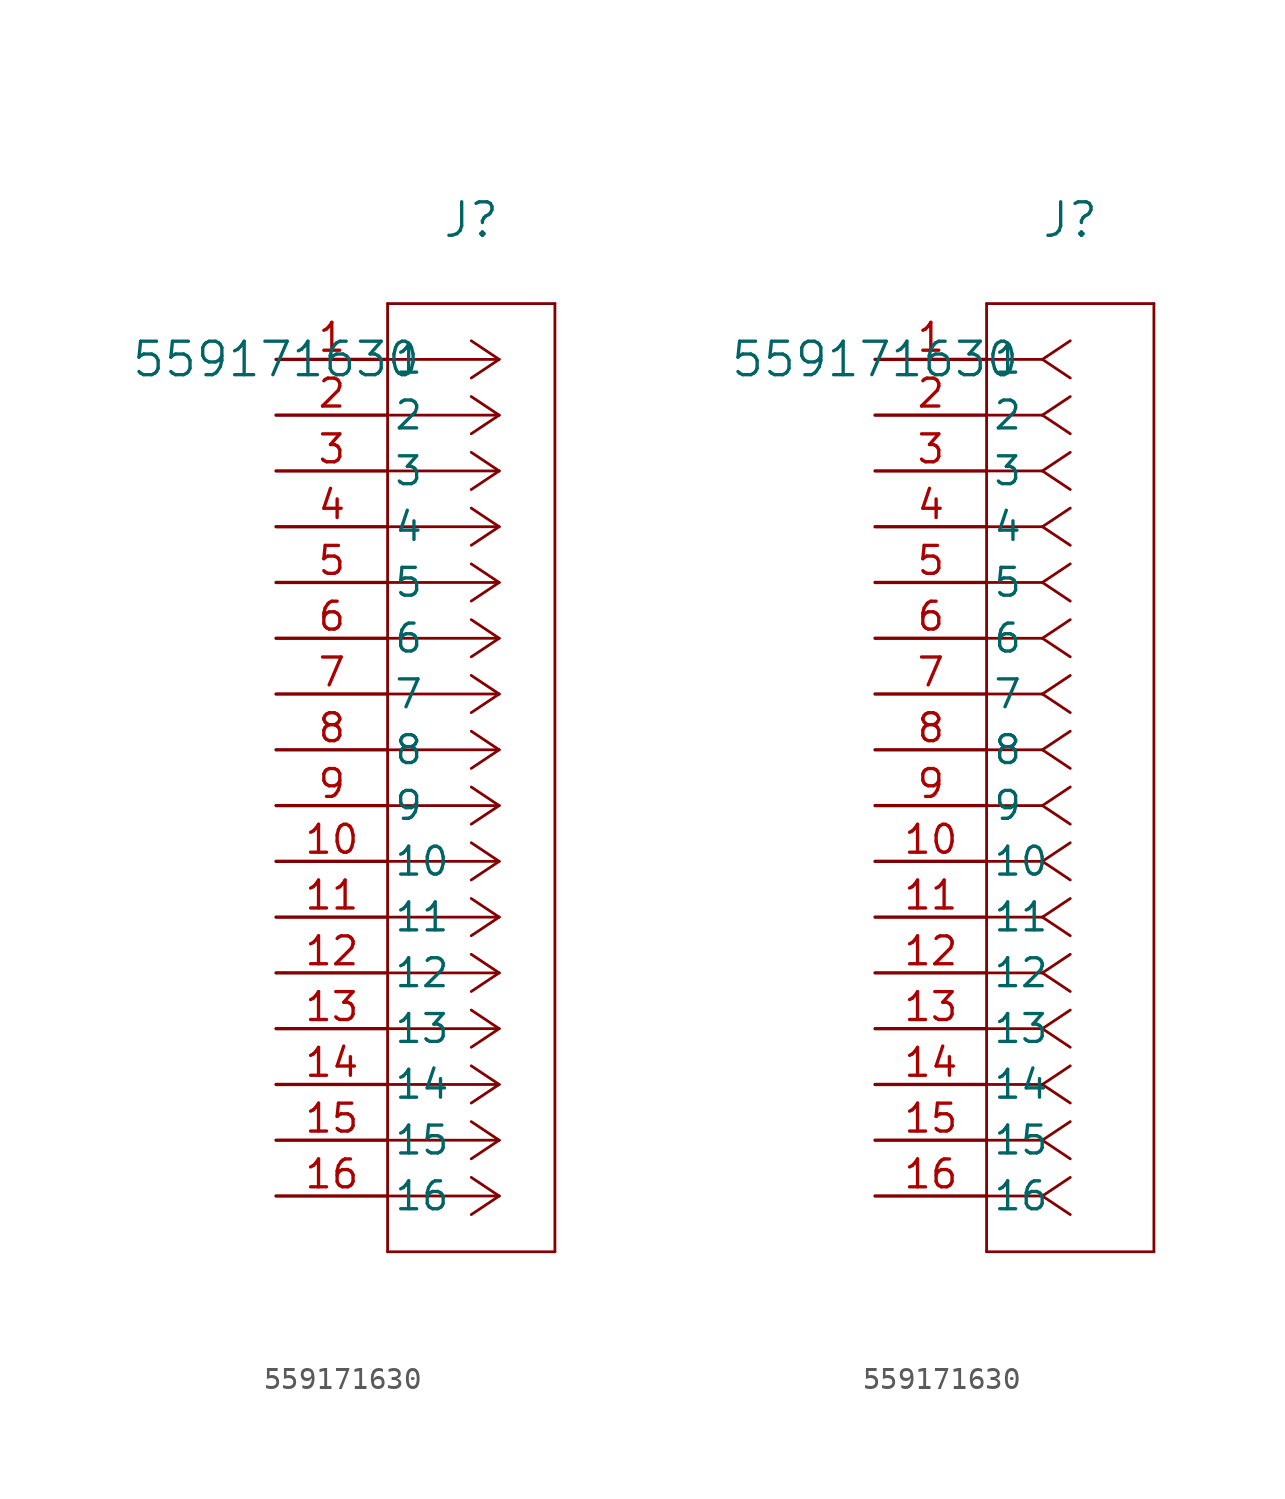
<source format=kicad_sym>
(kicad_symbol_lib
  (version 20211014)
  (generator kicad_symbol_editor)
  (symbol "559171630"
    (pin_names
      (offset 0.254))
    (property "Reference" "J"
      (at 8.89 6.35 0)
      (effects (font (size 1.524 1.524))))
    (property "Value" "559171630"
      (at 0 0 0)
      (effects (font (size 1.524 1.524))))
    (symbol "559171630_1_1"
      (polyline (pts (xy 5.08 -40.64) (xy 12.7 -40.64)) (stroke (width 0.127) (type default) (color 0 0 0 0)) (fill (type none)))
      (polyline (pts (xy 5.08 2.54) (xy 5.08 -40.64)) (stroke (width 0.127) (type default) (color 0 0 0 0)) (fill (type none)))
      (polyline (pts (xy 10.16 -38.1) (xy 5.08 -38.1)) (stroke (width 0.127) (type default) (color 0 0 0 0)) (fill (type none)))
      (polyline (pts (xy 10.16 -38.1) (xy 8.89 -38.947)) (stroke (width 0.127) (type default) (color 0 0 0 0)) (fill (type none)))
      (polyline (pts (xy 10.16 -38.1) (xy 8.89 -37.253)) (stroke (width 0.127) (type default) (color 0 0 0 0)) (fill (type none)))
      (polyline (pts (xy 10.16 -35.56) (xy 5.08 -35.56)) (stroke (width 0.127) (type default) (color 0 0 0 0)) (fill (type none)))
      (polyline (pts (xy 10.16 -35.56) (xy 8.89 -36.407)) (stroke (width 0.127) (type default) (color 0 0 0 0)) (fill (type none)))
      (polyline (pts (xy 10.16 -35.56) (xy 8.89 -34.713)) (stroke (width 0.127) (type default) (color 0 0 0 0)) (fill (type none)))
      (polyline (pts (xy 10.16 -33.02) (xy 5.08 -33.02)) (stroke (width 0.127) (type default) (color 0 0 0 0)) (fill (type none)))
      (polyline (pts (xy 10.16 -33.02) (xy 8.89 -33.867)) (stroke (width 0.127) (type default) (color 0 0 0 0)) (fill (type none)))
      (polyline (pts (xy 10.16 -33.02) (xy 8.89 -32.173)) (stroke (width 0.127) (type default) (color 0 0 0 0)) (fill (type none)))
      (polyline (pts (xy 10.16 -30.48) (xy 5.08 -30.48)) (stroke (width 0.127) (type default) (color 0 0 0 0)) (fill (type none)))
      (polyline (pts (xy 10.16 -30.48) (xy 8.89 -31.327)) (stroke (width 0.127) (type default) (color 0 0 0 0)) (fill (type none)))
      (polyline (pts (xy 10.16 -30.48) (xy 8.89 -29.633)) (stroke (width 0.127) (type default) (color 0 0 0 0)) (fill (type none)))
      (polyline (pts (xy 10.16 -27.94) (xy 5.08 -27.94)) (stroke (width 0.127) (type default) (color 0 0 0 0)) (fill (type none)))
      (polyline (pts (xy 10.16 -27.94) (xy 8.89 -28.787)) (stroke (width 0.127) (type default) (color 0 0 0 0)) (fill (type none)))
      (polyline (pts (xy 10.16 -27.94) (xy 8.89 -27.093)) (stroke (width 0.127) (type default) (color 0 0 0 0)) (fill (type none)))
      (polyline (pts (xy 10.16 -25.4) (xy 5.08 -25.4)) (stroke (width 0.127) (type default) (color 0 0 0 0)) (fill (type none)))
      (polyline (pts (xy 10.16 -25.4) (xy 8.89 -26.247)) (stroke (width 0.127) (type default) (color 0 0 0 0)) (fill (type none)))
      (polyline (pts (xy 10.16 -25.4) (xy 8.89 -24.553)) (stroke (width 0.127) (type default) (color 0 0 0 0)) (fill (type none)))
      (polyline (pts (xy 10.16 -22.86) (xy 5.08 -22.86)) (stroke (width 0.127) (type default) (color 0 0 0 0)) (fill (type none)))
      (polyline (pts (xy 10.16 -22.86) (xy 8.89 -23.707)) (stroke (width 0.127) (type default) (color 0 0 0 0)) (fill (type none)))
      (polyline (pts (xy 10.16 -22.86) (xy 8.89 -22.013)) (stroke (width 0.127) (type default) (color 0 0 0 0)) (fill (type none)))
      (polyline (pts (xy 10.16 -20.32) (xy 5.08 -20.32)) (stroke (width 0.127) (type default) (color 0 0 0 0)) (fill (type none)))
      (polyline (pts (xy 10.16 -20.32) (xy 8.89 -21.167)) (stroke (width 0.127) (type default) (color 0 0 0 0)) (fill (type none)))
      (polyline (pts (xy 10.16 -20.32) (xy 8.89 -19.473)) (stroke (width 0.127) (type default) (color 0 0 0 0)) (fill (type none)))
      (polyline (pts (xy 10.16 -17.78) (xy 5.08 -17.78)) (stroke (width 0.127) (type default) (color 0 0 0 0)) (fill (type none)))
      (polyline (pts (xy 10.16 -17.78) (xy 8.89 -18.627)) (stroke (width 0.127) (type default) (color 0 0 0 0)) (fill (type none)))
      (polyline (pts (xy 10.16 -17.78) (xy 8.89 -16.933)) (stroke (width 0.127) (type default) (color 0 0 0 0)) (fill (type none)))
      (polyline (pts (xy 10.16 -15.24) (xy 5.08 -15.24)) (stroke (width 0.127) (type default) (color 0 0 0 0)) (fill (type none)))
      (polyline (pts (xy 10.16 -15.24) (xy 8.89 -16.087)) (stroke (width 0.127) (type default) (color 0 0 0 0)) (fill (type none)))
      (polyline (pts (xy 10.16 -15.24) (xy 8.89 -14.393)) (stroke (width 0.127) (type default) (color 0 0 0 0)) (fill (type none)))
      (polyline (pts (xy 10.16 -12.7) (xy 5.08 -12.7)) (stroke (width 0.127) (type default) (color 0 0 0 0)) (fill (type none)))
      (polyline (pts (xy 10.16 -12.7) (xy 8.89 -13.547)) (stroke (width 0.127) (type default) (color 0 0 0 0)) (fill (type none)))
      (polyline (pts (xy 10.16 -12.7) (xy 8.89 -11.853)) (stroke (width 0.127) (type default) (color 0 0 0 0)) (fill (type none)))
      (polyline (pts (xy 10.16 -10.16) (xy 5.08 -10.16)) (stroke (width 0.127) (type default) (color 0 0 0 0)) (fill (type none)))
      (polyline (pts (xy 10.16 -10.16) (xy 8.89 -11.007)) (stroke (width 0.127) (type default) (color 0 0 0 0)) (fill (type none)))
      (polyline (pts (xy 10.16 -10.16) (xy 8.89 -9.313)) (stroke (width 0.127) (type default) (color 0 0 0 0)) (fill (type none)))
      (polyline (pts (xy 10.16 -7.62) (xy 5.08 -7.62)) (stroke (width 0.127) (type default) (color 0 0 0 0)) (fill (type none)))
      (polyline (pts (xy 10.16 -7.62) (xy 8.89 -8.467)) (stroke (width 0.127) (type default) (color 0 0 0 0)) (fill (type none)))
      (polyline (pts (xy 10.16 -7.62) (xy 8.89 -6.773)) (stroke (width 0.127) (type default) (color 0 0 0 0)) (fill (type none)))
      (polyline (pts (xy 10.16 -5.08) (xy 5.08 -5.08)) (stroke (width 0.127) (type default) (color 0 0 0 0)) (fill (type none)))
      (polyline (pts (xy 10.16 -5.08) (xy 8.89 -5.927)) (stroke (width 0.127) (type default) (color 0 0 0 0)) (fill (type none)))
      (polyline (pts (xy 10.16 -5.08) (xy 8.89 -4.233)) (stroke (width 0.127) (type default) (color 0 0 0 0)) (fill (type none)))
      (polyline (pts (xy 10.16 -2.54) (xy 5.08 -2.54)) (stroke (width 0.127) (type default) (color 0 0 0 0)) (fill (type none)))
      (polyline (pts (xy 10.16 -2.54) (xy 8.89 -3.387)) (stroke (width 0.127) (type default) (color 0 0 0 0)) (fill (type none)))
      (polyline (pts (xy 10.16 -2.54) (xy 8.89 -1.693)) (stroke (width 0.127) (type default) (color 0 0 0 0)) (fill (type none)))
      (polyline (pts (xy 10.16 0) (xy 5.08 0)) (stroke (width 0.127) (type default) (color 0 0 0 0)) (fill (type none)))
      (polyline (pts (xy 10.16 0) (xy 8.89 -0.847)) (stroke (width 0.127) (type default) (color 0 0 0 0)) (fill (type none)))
      (polyline (pts (xy 10.16 0) (xy 8.89 0.847)) (stroke (width 0.127) (type default) (color 0 0 0 0)) (fill (type none)))
      (polyline (pts (xy 12.7 -40.64) (xy 12.7 2.54)) (stroke (width 0.127) (type default) (color 0 0 0 0)) (fill (type none)))
      (polyline (pts (xy 12.7 2.54) (xy 5.08 2.54)) (stroke (width 0.127) (type default) (color 0 0 0 0)) (fill (type none)))
      (pin unspecified line (at 0 0 0) (length 5.08) (name "1" (effects (font (size 1.27 1.27)))) (number "1" (effects (font (size 1.27 1.27)))))
      (pin unspecified line (at 0 -22.86 0) (length 5.08) (name "10" (effects (font (size 1.27 1.27)))) (number "10" (effects (font (size 1.27 1.27)))))
      (pin unspecified line (at 0 -25.4 0) (length 5.08) (name "11" (effects (font (size 1.27 1.27)))) (number "11" (effects (font (size 1.27 1.27)))))
      (pin unspecified line (at 0 -27.94 0) (length 5.08) (name "12" (effects (font (size 1.27 1.27)))) (number "12" (effects (font (size 1.27 1.27)))))
      (pin unspecified line (at 0 -30.48 0) (length 5.08) (name "13" (effects (font (size 1.27 1.27)))) (number "13" (effects (font (size 1.27 1.27)))))
      (pin unspecified line (at 0 -33.02 0) (length 5.08) (name "14" (effects (font (size 1.27 1.27)))) (number "14" (effects (font (size 1.27 1.27)))))
      (pin unspecified line (at 0 -35.56 0) (length 5.08) (name "15" (effects (font (size 1.27 1.27)))) (number "15" (effects (font (size 1.27 1.27)))))
      (pin unspecified line (at 0 -38.1 0) (length 5.08) (name "16" (effects (font (size 1.27 1.27)))) (number "16" (effects (font (size 1.27 1.27)))))
      (pin unspecified line (at 0 -2.54 0) (length 5.08) (name "2" (effects (font (size 1.27 1.27)))) (number "2" (effects (font (size 1.27 1.27)))))
      (pin unspecified line (at 0 -5.08 0) (length 5.08) (name "3" (effects (font (size 1.27 1.27)))) (number "3" (effects (font (size 1.27 1.27)))))
      (pin unspecified line (at 0 -7.62 0) (length 5.08) (name "4" (effects (font (size 1.27 1.27)))) (number "4" (effects (font (size 1.27 1.27)))))
      (pin unspecified line (at 0 -10.16 0) (length 5.08) (name "5" (effects (font (size 1.27 1.27)))) (number "5" (effects (font (size 1.27 1.27)))))
      (pin unspecified line (at 0 -12.7 0) (length 5.08) (name "6" (effects (font (size 1.27 1.27)))) (number "6" (effects (font (size 1.27 1.27)))))
      (pin unspecified line (at 0 -15.24 0) (length 5.08) (name "7" (effects (font (size 1.27 1.27)))) (number "7" (effects (font (size 1.27 1.27)))))
      (pin unspecified line (at 0 -17.78 0) (length 5.08) (name "8" (effects (font (size 1.27 1.27)))) (number "8" (effects (font (size 1.27 1.27)))))
      (pin unspecified line (at 0 -20.32 0) (length 5.08) (name "9" (effects (font (size 1.27 1.27)))) (number "9" (effects (font (size 1.27 1.27))))))
    (symbol "559171630_1_2"
      (polyline (pts (xy 5.08 -40.64) (xy 12.7 -40.64)) (stroke (width 0.127) (type default) (color 0 0 0 0)) (fill (type none)))
      (polyline (pts (xy 5.08 2.54) (xy 5.08 -40.64)) (stroke (width 0.127) (type default) (color 0 0 0 0)) (fill (type none)))
      (polyline (pts (xy 7.62 -38.1) (xy 5.08 -38.1)) (stroke (width 0.127) (type default) (color 0 0 0 0)) (fill (type none)))
      (polyline (pts (xy 7.62 -38.1) (xy 8.89 -38.947)) (stroke (width 0.127) (type default) (color 0 0 0 0)) (fill (type none)))
      (polyline (pts (xy 7.62 -38.1) (xy 8.89 -37.253)) (stroke (width 0.127) (type default) (color 0 0 0 0)) (fill (type none)))
      (polyline (pts (xy 7.62 -35.56) (xy 5.08 -35.56)) (stroke (width 0.127) (type default) (color 0 0 0 0)) (fill (type none)))
      (polyline (pts (xy 7.62 -35.56) (xy 8.89 -36.407)) (stroke (width 0.127) (type default) (color 0 0 0 0)) (fill (type none)))
      (polyline (pts (xy 7.62 -35.56) (xy 8.89 -34.713)) (stroke (width 0.127) (type default) (color 0 0 0 0)) (fill (type none)))
      (polyline (pts (xy 7.62 -33.02) (xy 5.08 -33.02)) (stroke (width 0.127) (type default) (color 0 0 0 0)) (fill (type none)))
      (polyline (pts (xy 7.62 -33.02) (xy 8.89 -33.867)) (stroke (width 0.127) (type default) (color 0 0 0 0)) (fill (type none)))
      (polyline (pts (xy 7.62 -33.02) (xy 8.89 -32.173)) (stroke (width 0.127) (type default) (color 0 0 0 0)) (fill (type none)))
      (polyline (pts (xy 7.62 -30.48) (xy 5.08 -30.48)) (stroke (width 0.127) (type default) (color 0 0 0 0)) (fill (type none)))
      (polyline (pts (xy 7.62 -30.48) (xy 8.89 -31.327)) (stroke (width 0.127) (type default) (color 0 0 0 0)) (fill (type none)))
      (polyline (pts (xy 7.62 -30.48) (xy 8.89 -29.633)) (stroke (width 0.127) (type default) (color 0 0 0 0)) (fill (type none)))
      (polyline (pts (xy 7.62 -27.94) (xy 5.08 -27.94)) (stroke (width 0.127) (type default) (color 0 0 0 0)) (fill (type none)))
      (polyline (pts (xy 7.62 -27.94) (xy 8.89 -28.787)) (stroke (width 0.127) (type default) (color 0 0 0 0)) (fill (type none)))
      (polyline (pts (xy 7.62 -27.94) (xy 8.89 -27.093)) (stroke (width 0.127) (type default) (color 0 0 0 0)) (fill (type none)))
      (polyline (pts (xy 7.62 -25.4) (xy 5.08 -25.4)) (stroke (width 0.127) (type default) (color 0 0 0 0)) (fill (type none)))
      (polyline (pts (xy 7.62 -25.4) (xy 8.89 -26.247)) (stroke (width 0.127) (type default) (color 0 0 0 0)) (fill (type none)))
      (polyline (pts (xy 7.62 -25.4) (xy 8.89 -24.553)) (stroke (width 0.127) (type default) (color 0 0 0 0)) (fill (type none)))
      (polyline (pts (xy 7.62 -22.86) (xy 5.08 -22.86)) (stroke (width 0.127) (type default) (color 0 0 0 0)) (fill (type none)))
      (polyline (pts (xy 7.62 -22.86) (xy 8.89 -23.707)) (stroke (width 0.127) (type default) (color 0 0 0 0)) (fill (type none)))
      (polyline (pts (xy 7.62 -22.86) (xy 8.89 -22.013)) (stroke (width 0.127) (type default) (color 0 0 0 0)) (fill (type none)))
      (polyline (pts (xy 7.62 -20.32) (xy 5.08 -20.32)) (stroke (width 0.127) (type default) (color 0 0 0 0)) (fill (type none)))
      (polyline (pts (xy 7.62 -20.32) (xy 8.89 -21.167)) (stroke (width 0.127) (type default) (color 0 0 0 0)) (fill (type none)))
      (polyline (pts (xy 7.62 -20.32) (xy 8.89 -19.473)) (stroke (width 0.127) (type default) (color 0 0 0 0)) (fill (type none)))
      (polyline (pts (xy 7.62 -17.78) (xy 5.08 -17.78)) (stroke (width 0.127) (type default) (color 0 0 0 0)) (fill (type none)))
      (polyline (pts (xy 7.62 -17.78) (xy 8.89 -18.627)) (stroke (width 0.127) (type default) (color 0 0 0 0)) (fill (type none)))
      (polyline (pts (xy 7.62 -17.78) (xy 8.89 -16.933)) (stroke (width 0.127) (type default) (color 0 0 0 0)) (fill (type none)))
      (polyline (pts (xy 7.62 -15.24) (xy 5.08 -15.24)) (stroke (width 0.127) (type default) (color 0 0 0 0)) (fill (type none)))
      (polyline (pts (xy 7.62 -15.24) (xy 8.89 -16.087)) (stroke (width 0.127) (type default) (color 0 0 0 0)) (fill (type none)))
      (polyline (pts (xy 7.62 -15.24) (xy 8.89 -14.393)) (stroke (width 0.127) (type default) (color 0 0 0 0)) (fill (type none)))
      (polyline (pts (xy 7.62 -12.7) (xy 5.08 -12.7)) (stroke (width 0.127) (type default) (color 0 0 0 0)) (fill (type none)))
      (polyline (pts (xy 7.62 -12.7) (xy 8.89 -13.547)) (stroke (width 0.127) (type default) (color 0 0 0 0)) (fill (type none)))
      (polyline (pts (xy 7.62 -12.7) (xy 8.89 -11.853)) (stroke (width 0.127) (type default) (color 0 0 0 0)) (fill (type none)))
      (polyline (pts (xy 7.62 -10.16) (xy 5.08 -10.16)) (stroke (width 0.127) (type default) (color 0 0 0 0)) (fill (type none)))
      (polyline (pts (xy 7.62 -10.16) (xy 8.89 -11.007)) (stroke (width 0.127) (type default) (color 0 0 0 0)) (fill (type none)))
      (polyline (pts (xy 7.62 -10.16) (xy 8.89 -9.313)) (stroke (width 0.127) (type default) (color 0 0 0 0)) (fill (type none)))
      (polyline (pts (xy 7.62 -7.62) (xy 5.08 -7.62)) (stroke (width 0.127) (type default) (color 0 0 0 0)) (fill (type none)))
      (polyline (pts (xy 7.62 -7.62) (xy 8.89 -8.467)) (stroke (width 0.127) (type default) (color 0 0 0 0)) (fill (type none)))
      (polyline (pts (xy 7.62 -7.62) (xy 8.89 -6.773)) (stroke (width 0.127) (type default) (color 0 0 0 0)) (fill (type none)))
      (polyline (pts (xy 7.62 -5.08) (xy 5.08 -5.08)) (stroke (width 0.127) (type default) (color 0 0 0 0)) (fill (type none)))
      (polyline (pts (xy 7.62 -5.08) (xy 8.89 -5.927)) (stroke (width 0.127) (type default) (color 0 0 0 0)) (fill (type none)))
      (polyline (pts (xy 7.62 -5.08) (xy 8.89 -4.233)) (stroke (width 0.127) (type default) (color 0 0 0 0)) (fill (type none)))
      (polyline (pts (xy 7.62 -2.54) (xy 5.08 -2.54)) (stroke (width 0.127) (type default) (color 0 0 0 0)) (fill (type none)))
      (polyline (pts (xy 7.62 -2.54) (xy 8.89 -3.387)) (stroke (width 0.127) (type default) (color 0 0 0 0)) (fill (type none)))
      (polyline (pts (xy 7.62 -2.54) (xy 8.89 -1.693)) (stroke (width 0.127) (type default) (color 0 0 0 0)) (fill (type none)))
      (polyline (pts (xy 7.62 0) (xy 5.08 0)) (stroke (width 0.127) (type default) (color 0 0 0 0)) (fill (type none)))
      (polyline (pts (xy 7.62 0) (xy 8.89 -0.847)) (stroke (width 0.127) (type default) (color 0 0 0 0)) (fill (type none)))
      (polyline (pts (xy 7.62 0) (xy 8.89 0.847)) (stroke (width 0.127) (type default) (color 0 0 0 0)) (fill (type none)))
      (polyline (pts (xy 12.7 -40.64) (xy 12.7 2.54)) (stroke (width 0.127) (type default) (color 0 0 0 0)) (fill (type none)))
      (polyline (pts (xy 12.7 2.54) (xy 5.08 2.54)) (stroke (width 0.127) (type default) (color 0 0 0 0)) (fill (type none)))
      (pin unspecified line (at 0 0 0) (length 5.08) (name "1" (effects (font (size 1.27 1.27)))) (number "1" (effects (font (size 1.27 1.27)))))
      (pin unspecified line (at 0 -22.86 0) (length 5.08) (name "10" (effects (font (size 1.27 1.27)))) (number "10" (effects (font (size 1.27 1.27)))))
      (pin unspecified line (at 0 -25.4 0) (length 5.08) (name "11" (effects (font (size 1.27 1.27)))) (number "11" (effects (font (size 1.27 1.27)))))
      (pin unspecified line (at 0 -27.94 0) (length 5.08) (name "12" (effects (font (size 1.27 1.27)))) (number "12" (effects (font (size 1.27 1.27)))))
      (pin unspecified line (at 0 -30.48 0) (length 5.08) (name "13" (effects (font (size 1.27 1.27)))) (number "13" (effects (font (size 1.27 1.27)))))
      (pin unspecified line (at 0 -33.02 0) (length 5.08) (name "14" (effects (font (size 1.27 1.27)))) (number "14" (effects (font (size 1.27 1.27)))))
      (pin unspecified line (at 0 -35.56 0) (length 5.08) (name "15" (effects (font (size 1.27 1.27)))) (number "15" (effects (font (size 1.27 1.27)))))
      (pin unspecified line (at 0 -38.1 0) (length 5.08) (name "16" (effects (font (size 1.27 1.27)))) (number "16" (effects (font (size 1.27 1.27)))))
      (pin unspecified line (at 0 -2.54 0) (length 5.08) (name "2" (effects (font (size 1.27 1.27)))) (number "2" (effects (font (size 1.27 1.27)))))
      (pin unspecified line (at 0 -5.08 0) (length 5.08) (name "3" (effects (font (size 1.27 1.27)))) (number "3" (effects (font (size 1.27 1.27)))))
      (pin unspecified line (at 0 -7.62 0) (length 5.08) (name "4" (effects (font (size 1.27 1.27)))) (number "4" (effects (font (size 1.27 1.27)))))
      (pin unspecified line (at 0 -10.16 0) (length 5.08) (name "5" (effects (font (size 1.27 1.27)))) (number "5" (effects (font (size 1.27 1.27)))))
      (pin unspecified line (at 0 -12.7 0) (length 5.08) (name "6" (effects (font (size 1.27 1.27)))) (number "6" (effects (font (size 1.27 1.27)))))
      (pin unspecified line (at 0 -15.24 0) (length 5.08) (name "7" (effects (font (size 1.27 1.27)))) (number "7" (effects (font (size 1.27 1.27)))))
      (pin unspecified line (at 0 -17.78 0) (length 5.08) (name "8" (effects (font (size 1.27 1.27)))) (number "8" (effects (font (size 1.27 1.27)))))
      (pin unspecified line (at 0 -20.32 0) (length 5.08) (name "9" (effects (font (size 1.27 1.27)))) (number "9" (effects (font (size 1.27 1.27))))))))
</source>
